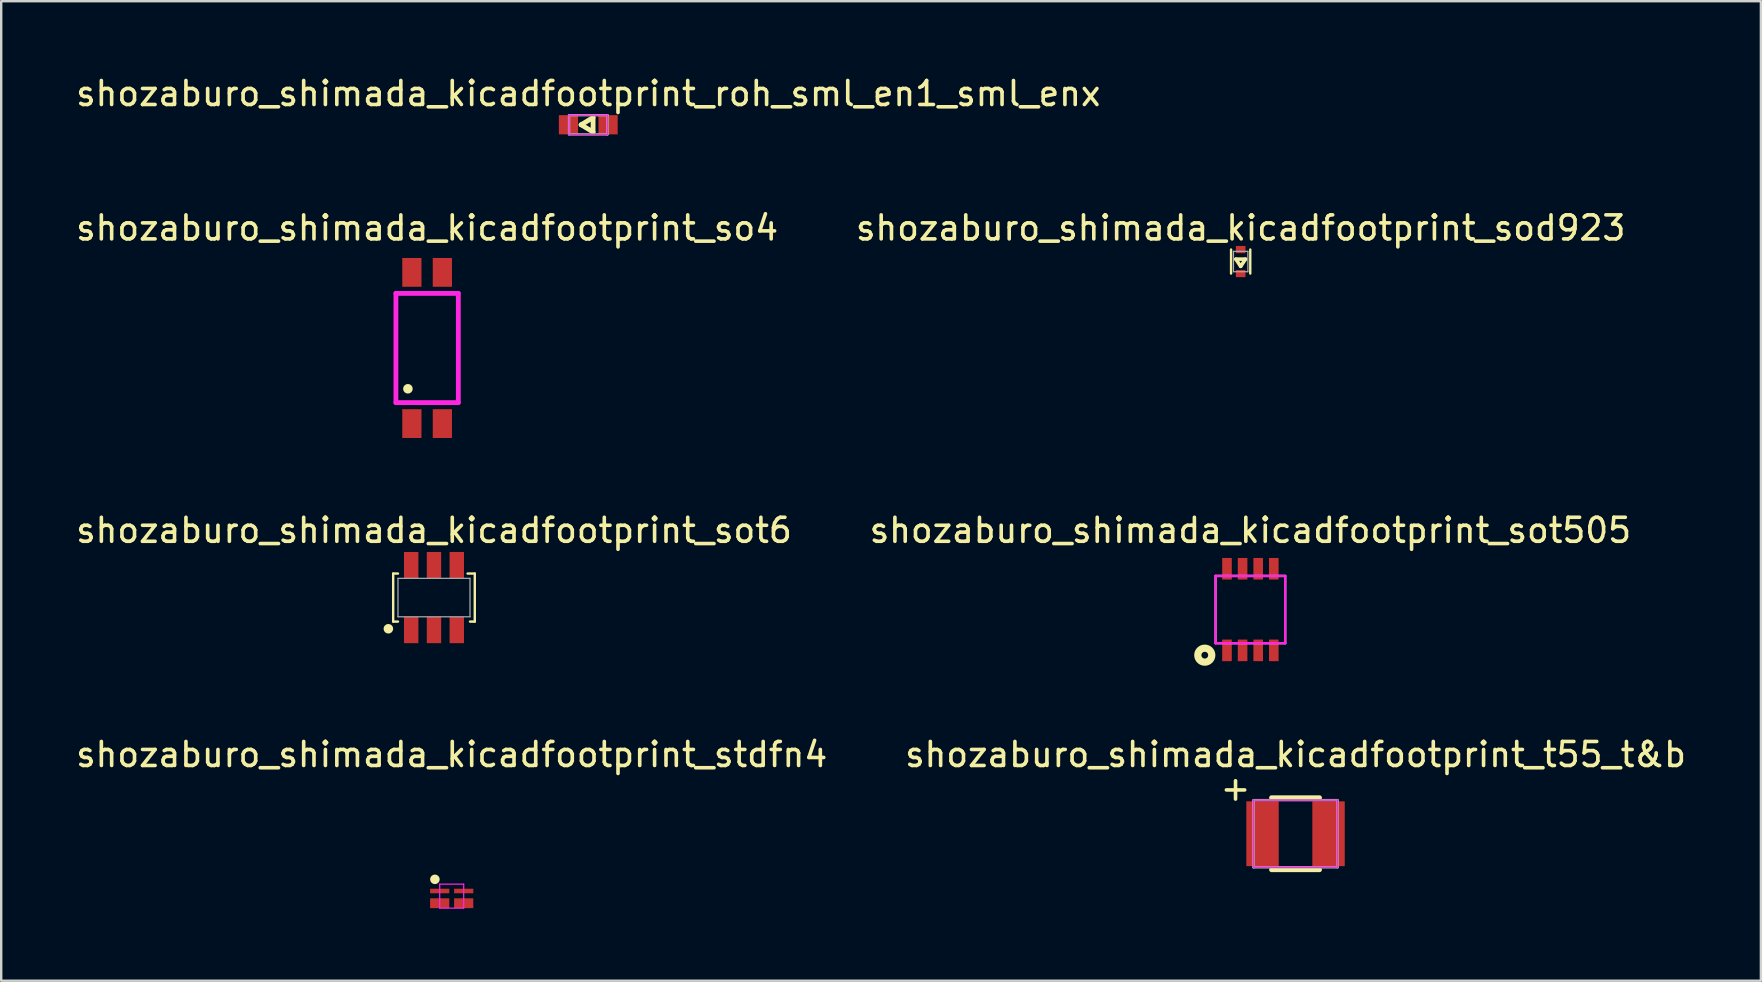
<source format=kicad_pcb>
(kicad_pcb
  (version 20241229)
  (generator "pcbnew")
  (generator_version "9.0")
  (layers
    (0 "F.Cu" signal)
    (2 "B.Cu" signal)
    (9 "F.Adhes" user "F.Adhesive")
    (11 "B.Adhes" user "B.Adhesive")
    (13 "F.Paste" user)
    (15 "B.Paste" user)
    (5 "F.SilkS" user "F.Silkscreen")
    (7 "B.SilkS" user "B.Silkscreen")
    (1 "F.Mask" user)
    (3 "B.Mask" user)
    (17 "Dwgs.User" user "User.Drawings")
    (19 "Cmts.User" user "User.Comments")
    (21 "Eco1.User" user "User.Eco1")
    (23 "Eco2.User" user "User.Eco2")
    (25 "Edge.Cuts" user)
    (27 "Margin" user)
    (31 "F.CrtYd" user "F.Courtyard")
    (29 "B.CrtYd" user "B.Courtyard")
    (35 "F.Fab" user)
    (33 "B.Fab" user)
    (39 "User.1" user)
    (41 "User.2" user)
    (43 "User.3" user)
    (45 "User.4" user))
  (footprint "shozaburo_shimada_kicadfootprint_sod923"
    (layer "F.Cu")
    (at 48.637 7.846)
    (property "Reference" "shozaburo_shimada_kicadfootprint_sod923" (at 0 -1.4 0) (layer "F.SilkS") (effects (font (size 1 1) (thickness 0.15))))
    (attr smd)
    (fp_line (start -0.4 -0.5) (end -0.4 0.5) (stroke (width 0.1) (type solid)) (layer "F.SilkS"))
    (fp_line (start -0.2 -0.1) (end 0.2 -0.1) (stroke (width 0.15) (type solid)) (layer "F.SilkS"))
    (fp_line (start 0 0.2) (end -0.2 -0.1) (stroke (width 0.15) (type solid)) (layer "F.SilkS"))
    (fp_line (start 0.2 -0.1) (end 0 0.2) (stroke (width 0.15) (type solid)) (layer "F.SilkS"))
    (fp_line (start 0.4 -0.5) (end 0.4 0.5) (stroke (width 0.1) (type solid)) (layer "F.SilkS"))
    (fp_line (start -0.3 -0.425) (end 0.3 -0.425) (stroke (width 0.05) (type solid)) (layer "F.Fab"))
    (fp_line (start -0.3 0.425) (end -0.3 -0.425) (stroke (width 0.05) (type solid)) (layer "F.Fab"))
    (fp_line (start 0.3 -0.425) (end 0.3 0.425) (stroke (width 0.05) (type solid)) (layer "F.Fab"))
    (fp_line (start 0.3 0.425) (end -0.3 0.425) (stroke (width 0.05) (type solid)) (layer "F.Fab"))
    (pad "1" smd rect (at 0 0.5) (size 0.4 0.3) (layers "F.Cu" "F.Mask" "F.Paste"))
    (pad "2" smd rect (at 0 -0.5) (size 0.4 0.3) (layers "F.Cu" "F.Mask" "F.Paste")))
  (footprint "shozaburo_shimada_kicadfootprint_t55_t&b"
    (layer "F.Cu")
    (at 50.923 31.684)
    (property "Reference" "shozaburo_shimada_kicadfootprint_t55_t&b" (at 0 -3.3 0) (layer "F.SilkS") (effects (font (size 1 1) (thickness 0.15))))
    (attr smd)
    (fp_line (start -1 -1.5) (end 1 -1.5) (stroke (width 0.2) (type solid)) (layer "F.SilkS"))
    (fp_line (start -1 1.5) (end 1 1.5) (stroke (width 0.2) (type solid)) (layer "F.SilkS"))
    (fp_line (start -1.75 -1.4) (end -1.75 1.4) (stroke (width 0.05) (type solid)) (layer "F.CrtYd"))
    (fp_line (start -1.75 1.4) (end 1.75 1.4) (stroke (width 0.05) (type solid)) (layer "F.CrtYd"))
    (fp_line (start 1.75 -1.4) (end -1.75 -1.4) (stroke (width 0.05) (type solid)) (layer "F.CrtYd"))
    (fp_line (start 1.75 1.4) (end 1.75 -1.4) (stroke (width 0.05) (type solid)) (layer "F.CrtYd"))
    (fp_line (start -1.75 -1.4) (end -1.75 1.4) (stroke (width 0.1) (type solid)) (layer "F.Fab"))
    (fp_line (start -1.75 1.4) (end 1.75 1.4) (stroke (width 0.1) (type solid)) (layer "F.Fab"))
    (fp_line (start 1.75 -1.4) (end -1.75 -1.4) (stroke (width 0.1) (type solid)) (layer "F.Fab"))
    (fp_line (start 1.75 1.4) (end 1.75 -1.4) (stroke (width 0.1) (type solid)) (layer "F.Fab"))
    (fp_text user "+" (at -2.5 -1.9 0) (layer "F.SilkS") (effects (font (size 1 1) (thickness 0.15))))
    (pad "1" smd rect (at -1.375 0) (size 1.35 2.7) (layers "F.Cu" "F.Mask" "F.Paste"))
    (pad "2" smd rect (at 1.375 0) (size 1.35 2.7) (layers "F.Cu" "F.Mask" "F.Paste")))
  (footprint "shozaburo_shimada_kicadfootprint_sot6"
    (layer "F.Cu")
    (at 15.03 21.845)
    (property "Reference" "shozaburo_shimada_kicadfootprint_sot6" (at 0 -2.8 0) (layer "F.SilkS") (effects (font (size 1 1) (thickness 0.15))))
    (attr smd)
    (fp_line (start -1.7 -1) (end -1.5 -1) (stroke (width 0.1) (type solid)) (layer "F.SilkS"))
    (fp_line (start -1.7 1) (end -1.7 -1) (stroke (width 0.1) (type solid)) (layer "F.SilkS"))
    (fp_line (start -1.5 1) (end -1.7 1) (stroke (width 0.1) (type solid)) (layer "F.SilkS"))
    (fp_line (start 1.4 -1) (end 1.7 -1) (stroke (width 0.1) (type solid)) (layer "F.SilkS"))
    (fp_line (start 1.7 -1) (end 1.7 1) (stroke (width 0.1) (type solid)) (layer "F.SilkS"))
    (fp_line (start 1.7 1) (end 1.5 1) (stroke (width 0.1) (type solid)) (layer "F.SilkS"))
    (fp_circle (center -1.9 1.3) (end -1.9 1.2) (stroke (width 0.2) (type solid)) (fill no) (layer "F.SilkS"))
    (fp_line (start -1.5 -0.8) (end 1.5 -0.8) (stroke (width 0.05) (type solid)) (layer "F.Fab"))
    (fp_line (start -1.5 0.8) (end -1.5 -0.8) (stroke (width 0.05) (type solid)) (layer "F.Fab"))
    (fp_line (start 1.5 -0.8) (end 1.5 0.8) (stroke (width 0.05) (type solid)) (layer "F.Fab"))
    (fp_line (start 1.5 0.8) (end -1.5 0.8) (stroke (width 0.05) (type solid)) (layer "F.Fab"))
    (pad "1" smd rect (at -0.95 1.35) (size 0.6 1.1) (layers "F.Cu" "F.Mask" "F.Paste"))
    (pad "2" smd rect (at 0 1.35) (size 0.6 1.1) (layers "F.Cu" "F.Mask" "F.Paste"))
    (pad "3" smd rect (at 0.95 1.35) (size 0.6 1.1) (layers "F.Cu" "F.Mask" "F.Paste"))
    (pad "4" smd rect (at 0.95 -1.35) (size 0.6 1.1) (layers "F.Cu" "F.Mask" "F.Paste"))
    (pad "5" smd rect (at 0 -1.35) (size 0.6 1.1) (layers "F.Cu" "F.Mask" "F.Paste"))
    (pad "6" smd rect (at -0.95 -1.35) (size 0.6 1.1) (layers "F.Cu" "F.Mask" "F.Paste")))
  (footprint "shozaburo_shimada_kicadfootprint_so4"
    (layer "F.Cu")
    (at 14.744 11.447)
    (property "Reference" "shozaburo_shimada_kicadfootprint_so4" (at 0 -5 0) (layer "F.SilkS") (effects (font (size 1 1) (thickness 0.15))))
    (attr smd)
    (fp_circle (center -0.8 1.7) (end -0.8 1.8) (stroke (width 0.2) (type solid)) (fill no) (layer "F.SilkS"))
    (fp_line (start -1.3 -2.275) (end 1.3 -2.275) (stroke (width 0.2) (type solid)) (layer "F.CrtYd"))
    (fp_line (start -1.3 2.275) (end -1.3 -2.275) (stroke (width 0.2) (type solid)) (layer "F.CrtYd"))
    (fp_line (start 1.3 -2.275) (end 1.3 2.275) (stroke (width 0.2) (type solid)) (layer "F.CrtYd"))
    (fp_line (start 1.3 2.275) (end -1.3 2.275) (stroke (width 0.2) (type solid)) (layer "F.CrtYd"))
    (pad "1" smd rect (at -0.635 3.15) (size 0.8 1.2) (layers "F.Cu" "F.Mask" "F.Paste"))
    (pad "2" smd rect (at 0.635 3.15) (size 0.8 1.2) (layers "F.Cu" "F.Mask" "F.Paste"))
    (pad "3" smd rect (at 0.635 -3.15) (size 0.8 1.2) (layers "F.Cu" "F.Mask" "F.Paste"))
    (pad "4" smd rect (at -0.635 -3.15) (size 0.8 1.2) (layers "F.Cu" "F.Mask" "F.Paste")))
  (footprint "shozaburo_shimada_kicadfootprint_roh_sml_en1_sml_enx"
    (layer "F.Cu")
    (at 21.458 2.148)
    (property "Reference" "shozaburo_shimada_kicadfootprint_roh_sml_en1_sml_enx" (at 0 -1.3 0) (layer "F.SilkS") (effects (font (size 1 1) (thickness 0.15))))
    (attr smd)
    (fp_line (start -0.3 0) (end 0.2 -0.3) (stroke (width 0.2) (type solid)) (layer "F.SilkS"))
    (fp_line (start 0.2 -0.3) (end 0.2 0.3) (stroke (width 0.2) (type solid)) (layer "F.SilkS"))
    (fp_line (start 0.2 0.3) (end -0.3 0) (stroke (width 0.2) (type solid)) (layer "F.SilkS"))
    (fp_line (start -0.8 -0.4) (end 0.8 -0.4) (stroke (width 0.05) (type solid)) (layer "F.CrtYd"))
    (fp_line (start -0.8 0.4) (end -0.8 -0.4) (stroke (width 0.05) (type solid)) (layer "F.CrtYd"))
    (fp_line (start 0.8 -0.4) (end 0.8 0.4) (stroke (width 0.05) (type solid)) (layer "F.CrtYd"))
    (fp_line (start 0.8 0.4) (end -0.8 0.4) (stroke (width 0.05) (type solid)) (layer "F.CrtYd"))
    (fp_line (start -0.8 -0.4) (end 0.8 -0.4) (stroke (width 0.1) (type solid)) (layer "F.Fab"))
    (fp_line (start -0.8 0.4) (end -0.8 -0.4) (stroke (width 0.1) (type solid)) (layer "F.Fab"))
    (fp_line (start 0.8 -0.4) (end 0.8 0.4) (stroke (width 0.1) (type solid)) (layer "F.Fab"))
    (fp_line (start 0.8 0.4) (end -0.8 0.4) (stroke (width 0.1) (type solid)) (layer "F.Fab"))
    (pad "1" smd rect (at -0.825 0) (size 0.8 0.8) (layers "F.Cu" "F.Mask" "F.Paste"))
    (pad "2" smd rect (at 0.825 0) (size 0.8 0.8) (layers "F.Cu" "F.Mask" "F.Paste")))
  (footprint "shozaburo_shimada_kicadfootprint_stdfn4"
    (layer "F.Cu")
    (at 15.768 34.284)
    (property "Reference" "shozaburo_shimada_kicadfootprint_stdfn4" (at 0 -5.9 0) (layer "F.SilkS") (effects (font (size 1 1) (thickness 0.15))))
    (attr smd)
    (fp_circle (center -0.7 -0.7) (end -0.7 -0.6) (stroke (width 0.2) (type solid)) (fill no) (layer "F.SilkS"))
    (fp_line (start -0.5 -0.5) (end 0.5 -0.5) (stroke (width 0.05) (type solid)) (layer "F.CrtYd"))
    (fp_line (start -0.5 0.5) (end -0.5 -0.5) (stroke (width 0.05) (type solid)) (layer "F.CrtYd"))
    (fp_line (start 0.5 -0.5) (end 0.5 0.5) (stroke (width 0.05) (type solid)) (layer "F.CrtYd"))
    (fp_line (start 0.5 0.5) (end -0.5 0.5) (stroke (width 0.05) (type solid)) (layer "F.CrtYd"))
    (pad "1" smd rect (at -0.5 -0.214) (size 0.8 0.19) (layers "F.Cu" "F.Mask" "F.Paste"))
    (pad "2" smd rect (at -0.5 0.295) (size 0.8 0.41) (layers "F.Cu" "F.Mask" "F.Paste"))
    (pad "3" smd rect (at 0.5 0.295) (size 0.8 0.41) (layers "F.Cu" "F.Mask" "F.Paste"))
    (pad "4" smd rect (at 0.5 -0.215) (size 0.8 0.19) (layers "F.Cu" "F.Mask" "F.Paste")))
  (footprint "shozaburo_shimada_kicadfootprint_sot505"
    (layer "F.Cu")
    (at 49.042 22.345)
    (property "Reference" "shozaburo_shimada_kicadfootprint_sot505" (at 0 -3.3 0) (layer "F.SilkS") (effects (font (size 1 1) (thickness 0.15))))
    (attr smd)
    (fp_circle (center -1.9 1.9) (end -1.8 1.8) (stroke (width 0.3) (type solid)) (fill no) (layer "F.SilkS"))
    (fp_line (start -1.45 -1.4) (end 1.45 -1.4) (stroke (width 0.1) (type solid)) (layer "F.CrtYd"))
    (fp_line (start -1.45 1.4) (end -1.45 -1.4) (stroke (width 0.1) (type solid)) (layer "F.CrtYd"))
    (fp_line (start 1.45 -1.4) (end 1.45 1.4) (stroke (width 0.1) (type solid)) (layer "F.CrtYd"))
    (fp_line (start 1.45 1.4) (end -1.45 1.4) (stroke (width 0.1) (type solid)) (layer "F.CrtYd"))
    (fp_line (start -1.45 -1.4) (end 1.45 -1.4) (stroke (width 0.1) (type solid)) (layer "F.Fab"))
    (fp_line (start -1.45 1.4) (end -1.45 -1.4) (stroke (width 0.1) (type solid)) (layer "F.Fab"))
    (fp_line (start 1.45 -1.4) (end 1.45 1.4) (stroke (width 0.1) (type solid)) (layer "F.Fab"))
    (fp_line (start 1.45 1.4) (end -1.45 1.4) (stroke (width 0.1) (type solid)) (layer "F.Fab"))
    (pad "1" smd rect (at -0.975 1.7) (size 0.4 0.9) (layers "F.Cu" "F.Mask" "F.Paste"))
    (pad "2" smd rect (at -0.325 1.7) (size 0.4 0.9) (layers "F.Cu" "F.Mask" "F.Paste"))
    (pad "3" smd rect (at 0.325 1.7) (size 0.4 0.9) (layers "F.Cu" "F.Mask" "F.Paste"))
    (pad "4" smd rect (at 0.975 1.7) (size 0.4 0.9) (layers "F.Cu" "F.Mask" "F.Paste"))
    (pad "5" smd rect (at 0.975 -1.7) (size 0.4 0.9) (layers "F.Cu" "F.Mask" "F.Paste"))
    (pad "6" smd rect (at 0.325 -1.7) (size 0.4 0.9) (layers "F.Cu" "F.Mask" "F.Paste"))
    (pad "7" smd rect (at -0.325 -1.7) (size 0.4 0.9) (layers "F.Cu" "F.Mask" "F.Paste"))
    (pad "8" smd rect (at -0.975 -1.7) (size 0.4 0.9) (layers "F.Cu" "F.Mask" "F.Paste")))
  (gr_rect
    (start -3 -3)
    (end 70.31 37.809)
    (stroke (width 0.1) (type default))
    (fill no)
    (layer "Edge.Cuts")))
</source>
